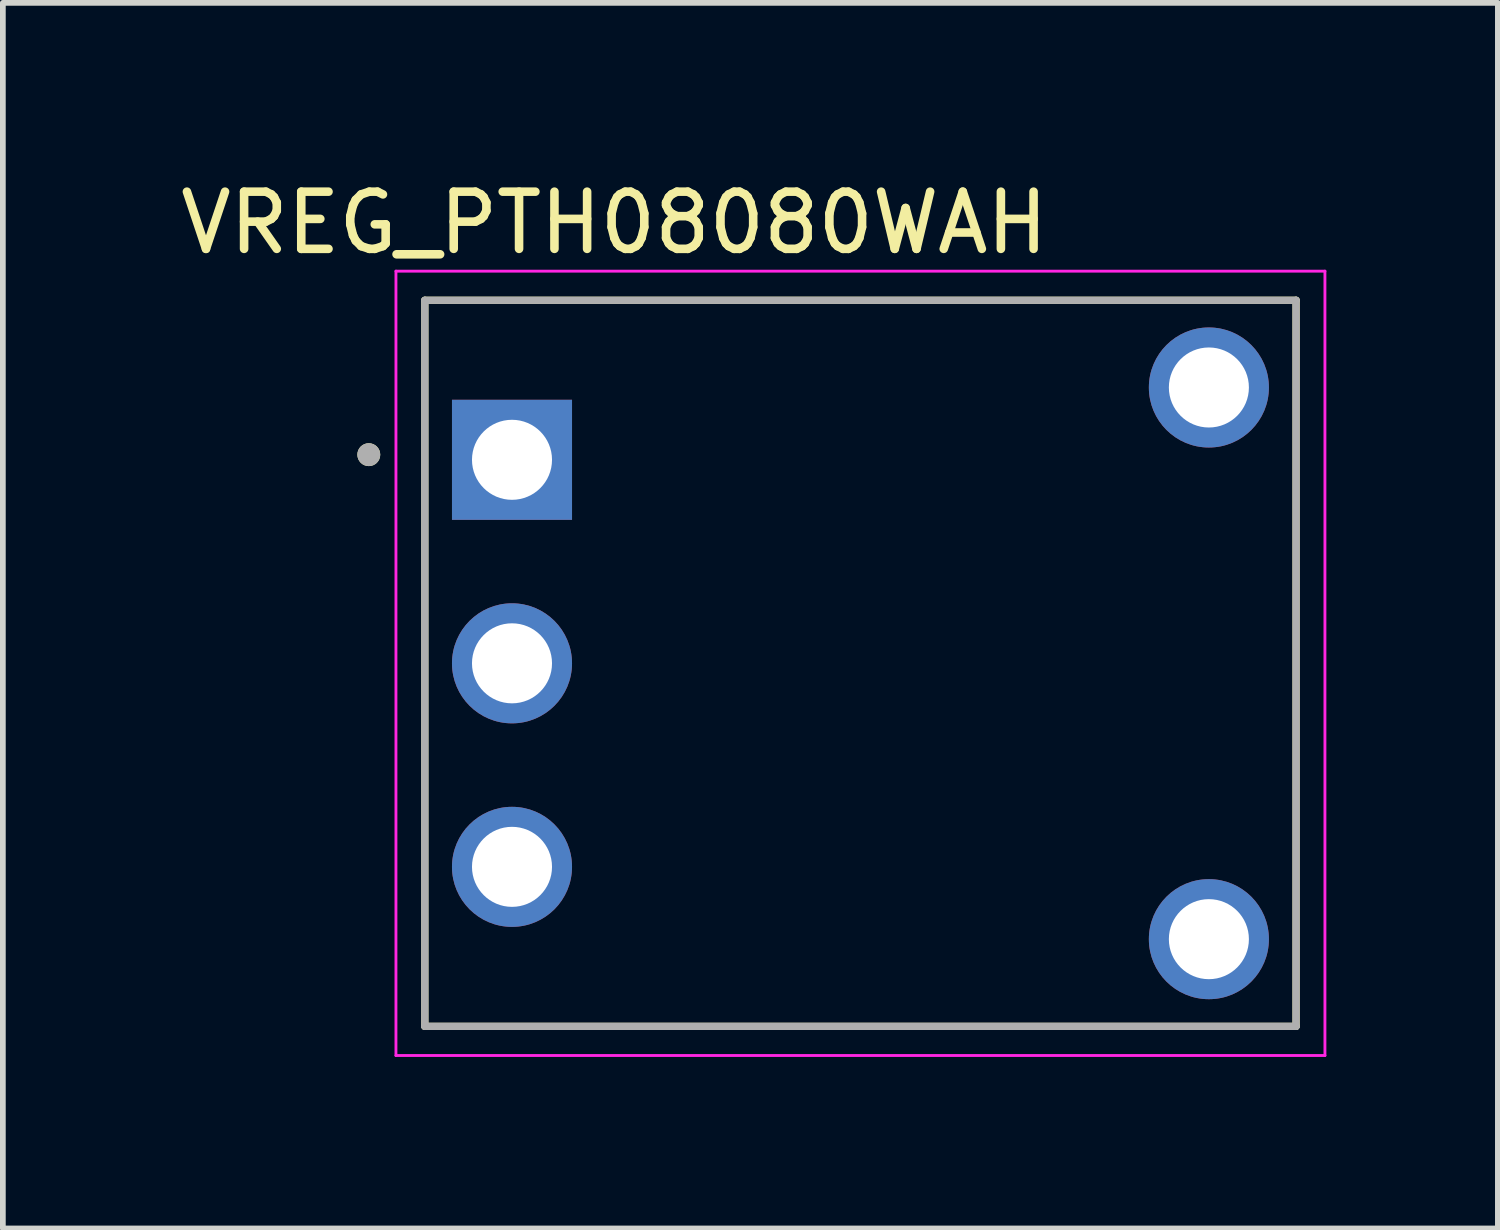
<source format=kicad_pcb>
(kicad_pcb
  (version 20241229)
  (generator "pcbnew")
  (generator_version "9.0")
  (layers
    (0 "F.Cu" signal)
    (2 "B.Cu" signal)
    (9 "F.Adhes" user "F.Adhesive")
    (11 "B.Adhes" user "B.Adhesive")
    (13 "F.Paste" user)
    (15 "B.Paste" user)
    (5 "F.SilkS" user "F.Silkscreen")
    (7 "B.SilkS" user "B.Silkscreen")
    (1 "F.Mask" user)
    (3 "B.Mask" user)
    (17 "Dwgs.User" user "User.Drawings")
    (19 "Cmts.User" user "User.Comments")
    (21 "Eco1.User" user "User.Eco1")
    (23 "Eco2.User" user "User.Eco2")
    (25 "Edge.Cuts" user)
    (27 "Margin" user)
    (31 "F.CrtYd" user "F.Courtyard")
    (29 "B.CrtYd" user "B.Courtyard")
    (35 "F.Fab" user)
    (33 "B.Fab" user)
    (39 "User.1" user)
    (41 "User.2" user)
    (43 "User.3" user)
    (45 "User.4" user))
  (footprint "VREG_PTH08080WAH"
    (layer "F.Cu")
    (at 12.001 8.553)
    (property "Reference" "VREG_PTH08080WAH" (at -4.305 -7.705 0) (layer "F.SilkS") (effects (font (size 1 1) (thickness 0.15))))
    (attr through_hole)
    (fp_line (start -7.62 -6.35) (end -7.62 6.35) (stroke (width 0.127) (type solid)) (layer "F.SilkS"))
    (fp_line (start -7.62 6.35) (end 7.62 6.35) (stroke (width 0.127) (type solid)) (layer "F.SilkS"))
    (fp_line (start 7.62 -6.35) (end -7.62 -6.35) (stroke (width 0.127) (type solid)) (layer "F.SilkS"))
    (fp_line (start 7.62 6.35) (end 7.62 -6.35) (stroke (width 0.127) (type solid)) (layer "F.SilkS"))
    (fp_circle (center -8.6 -3.65) (end -8.5 -3.65) (stroke (width 0.2) (type solid)) (fill no) (layer "F.SilkS"))
    (fp_line (start -8.125 -6.86) (end -8.125 6.86) (stroke (width 0.05) (type solid)) (layer "F.CrtYd"))
    (fp_line (start -8.125 6.86) (end 8.125 6.86) (stroke (width 0.05) (type solid)) (layer "F.CrtYd"))
    (fp_line (start 8.125 -6.86) (end -8.125 -6.86) (stroke (width 0.05) (type solid)) (layer "F.CrtYd"))
    (fp_line (start 8.125 6.86) (end 8.125 -6.86) (stroke (width 0.05) (type solid)) (layer "F.CrtYd"))
    (fp_line (start -7.62 -6.35) (end -7.62 6.35) (stroke (width 0.127) (type solid)) (layer "F.Fab"))
    (fp_line (start -7.62 6.35) (end 7.62 6.35) (stroke (width 0.127) (type solid)) (layer "F.Fab"))
    (fp_line (start 7.62 -6.35) (end -7.62 -6.35) (stroke (width 0.127) (type solid)) (layer "F.Fab"))
    (fp_line (start 7.62 6.35) (end 7.62 -6.35) (stroke (width 0.127) (type solid)) (layer "F.Fab"))
    (fp_circle (center -8.6 -3.65) (end -8.5 -3.65) (stroke (width 0.2) (type solid)) (fill no) (layer "F.Fab"))
    (pad "1" thru_hole rect (at -6.095 -3.56) (size 2.1 2.1) (drill 1.4) (layers "*.Cu" "*.Mask"))
    (pad "2" thru_hole circle (at -6.095 0) (size 2.1 2.1) (drill 1.4) (layers "*.Cu" "*.Mask"))
    (pad "3" thru_hole circle (at -6.095 3.56) (size 2.1 2.1) (drill 1.4) (layers "*.Cu" "*.Mask"))
    (pad "4" thru_hole circle (at 6.095 4.825) (size 2.1 2.1) (drill 1.4) (layers "*.Cu" "*.Mask"))
    (pad "5" thru_hole circle (at 6.095 -4.825) (size 2.1 2.1) (drill 1.4) (layers "*.Cu" "*.Mask")))
  (gr_rect
    (start -3 -3)
    (end 23.151 18.438)
    (stroke (width 0.1) (type default))
    (fill no)
    (layer "Edge.Cuts")))
</source>
